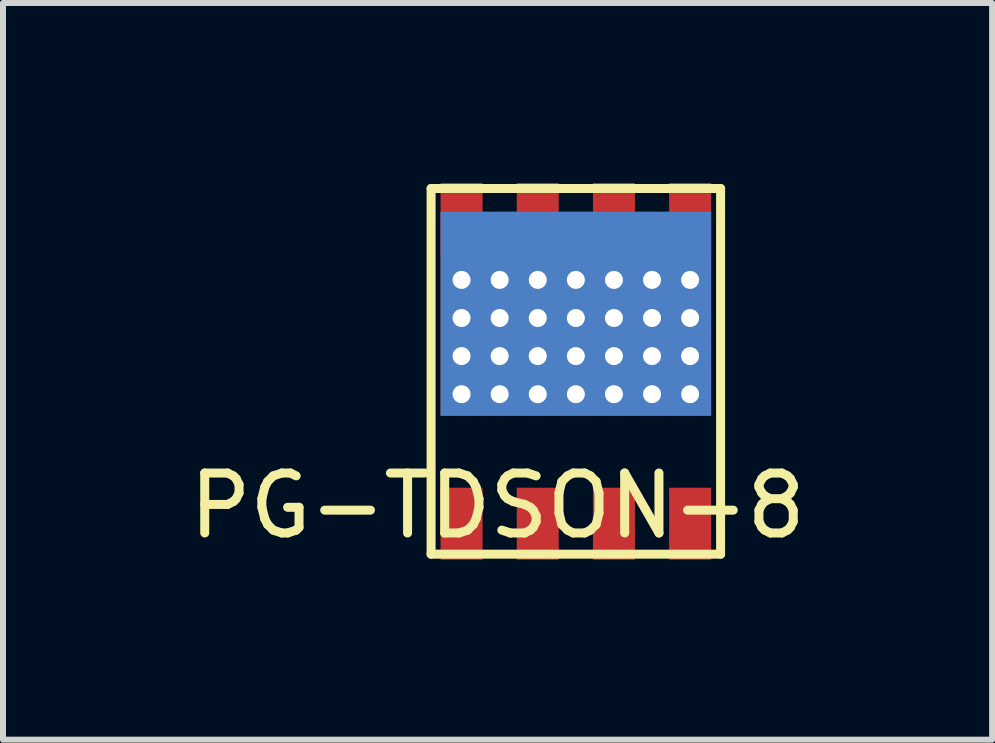
<source format=kicad_pcb>
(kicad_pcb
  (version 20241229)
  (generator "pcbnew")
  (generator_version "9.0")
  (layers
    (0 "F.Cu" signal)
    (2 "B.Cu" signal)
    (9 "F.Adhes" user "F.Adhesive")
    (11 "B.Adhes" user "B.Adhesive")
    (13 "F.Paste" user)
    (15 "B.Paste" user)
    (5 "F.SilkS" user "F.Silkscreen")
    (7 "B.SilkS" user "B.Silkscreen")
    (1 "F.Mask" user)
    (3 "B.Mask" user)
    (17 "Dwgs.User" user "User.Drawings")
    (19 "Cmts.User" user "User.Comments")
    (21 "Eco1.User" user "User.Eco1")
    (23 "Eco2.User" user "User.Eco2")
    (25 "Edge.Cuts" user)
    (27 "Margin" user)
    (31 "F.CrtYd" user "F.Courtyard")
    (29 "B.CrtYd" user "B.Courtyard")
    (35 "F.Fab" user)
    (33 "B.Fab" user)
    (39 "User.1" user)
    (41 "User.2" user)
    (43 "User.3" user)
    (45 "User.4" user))
  (footprint "PG-TDSON-8"
    (placed yes)
    (layer "F.Cu")
    (at 4.644 5.68)
    (property "Reference" "PG-TDSON-8" (at 0.6 -0.3 0) (layer "F.SilkS") (effects (font (size 1 1) (thickness 0.15))))
    (attr through_hole)
    (fp_line (start -0.508 -5.588) (end -0.508 0.508) (stroke (width 0.15) (type solid)) (layer "F.SilkS"))
    (fp_line (start -0.508 0.508) (end 4.318 0.508) (stroke (width 0.15) (type solid)) (layer "F.SilkS"))
    (fp_line (start 4.318 -5.588) (end -0.508 -5.588) (stroke (width 0.15) (type solid)) (layer "F.SilkS"))
    (fp_line (start 4.318 0.508) (end 4.318 -5.588) (stroke (width 0.15) (type solid)) (layer "F.SilkS"))
    (pad "1" smd rect (at 0 0) (size 0.7 1.2) (layers "F.Cu" "F.Mask" "F.Paste"))
    (pad "2" smd rect (at 1.27 0) (size 0.7 1.2) (layers "F.Cu" "F.Mask" "F.Paste"))
    (pad "3" smd rect (at 2.54 0) (size 0.7 1.2) (layers "F.Cu" "F.Mask" "F.Paste"))
    (pad "4" smd rect (at 3.81 0) (size 0.7 1.2) (layers "F.Cu" "F.Mask" "F.Paste"))
    (pad "5" thru_hole circle (at 0 -4.064) (size 0.5 0.5) (drill 0.3) (layers "*.Cu" "F.Mask"))
    (pad "5" thru_hole circle (at 0 -3.429) (size 0.5 0.5) (drill 0.3) (layers "*.Cu" "F.Mask"))
    (pad "5" thru_hole circle (at 0 -2.794) (size 0.5 0.5) (drill 0.3) (layers "*.Cu" "F.Mask"))
    (pad "5" thru_hole circle (at 0 -2.159) (size 0.5 0.5) (drill 0.3) (layers "*.Cu" "F.Mask"))
    (pad "5" thru_hole circle (at 0.635 -4.064) (size 0.5 0.5) (drill 0.3) (layers "*.Cu" "F.Mask"))
    (pad "5" thru_hole circle (at 0.635 -3.429) (size 0.5 0.5) (drill 0.3) (layers "*.Cu" "F.Mask"))
    (pad "5" thru_hole circle (at 0.635 -2.794) (size 0.5 0.5) (drill 0.3) (layers "*.Cu" "F.Mask"))
    (pad "5" thru_hole circle (at 0.635 -2.159) (size 0.5 0.5) (drill 0.3) (layers "*.Cu" "F.Mask"))
    (pad "5" thru_hole circle (at 1.27 -4.064) (size 0.5 0.5) (drill 0.3) (layers "*.Cu" "F.Mask"))
    (pad "5" thru_hole circle (at 1.27 -3.429) (size 0.5 0.5) (drill 0.3) (layers "*.Cu" "F.Mask"))
    (pad "5" thru_hole circle (at 1.27 -2.794) (size 0.5 0.5) (drill 0.3) (layers "*.Cu" "F.Mask"))
    (pad "5" thru_hole circle (at 1.27 -2.159) (size 0.5 0.5) (drill 0.3) (layers "*.Cu" "F.Mask"))
    (pad "5" thru_hole circle (at 1.905 -4.064) (size 0.5 0.5) (drill 0.3) (layers "*.Cu" "F.Mask"))
    (pad "5" smd rect (at 1.905 -3.5) (size 4.51 3.4) (layers "F.Cu" "F.Mask" "F.Paste"))
    (pad "5" smd rect (at 1.905 -3.5) (size 4.51 3.4) (layers "F.Mask" "B.Cu" "B.Paste"))
    (pad "5" thru_hole circle (at 1.905 -3.429) (size 0.5 0.5) (drill 0.3) (layers "*.Cu" "F.Mask"))
    (pad "5" thru_hole circle (at 1.905 -2.794) (size 0.5 0.5) (drill 0.3) (layers "*.Cu" "F.Mask"))
    (pad "5" thru_hole circle (at 1.905 -2.159) (size 0.5 0.5) (drill 0.3) (layers "*.Cu" "F.Mask"))
    (pad "5" thru_hole circle (at 2.54 -4.064) (size 0.5 0.5) (drill 0.3) (layers "*.Cu" "F.Mask"))
    (pad "5" thru_hole circle (at 2.54 -3.429) (size 0.5 0.5) (drill 0.3) (layers "*.Cu" "F.Mask"))
    (pad "5" thru_hole circle (at 2.54 -2.794) (size 0.5 0.5) (drill 0.3) (layers "*.Cu" "F.Mask"))
    (pad "5" thru_hole circle (at 2.54 -2.159) (size 0.5 0.5) (drill 0.3) (layers "*.Cu" "F.Mask"))
    (pad "5" thru_hole circle (at 3.175 -4.064) (size 0.5 0.5) (drill 0.3) (layers "*.Cu" "F.Mask"))
    (pad "5" thru_hole circle (at 3.175 -3.429) (size 0.5 0.5) (drill 0.3) (layers "*.Cu" "F.Mask"))
    (pad "5" thru_hole circle (at 3.175 -2.794) (size 0.5 0.5) (drill 0.3) (layers "*.Cu" "F.Mask"))
    (pad "5" thru_hole circle (at 3.175 -2.159) (size 0.5 0.5) (drill 0.3) (layers "*.Cu" "F.Mask"))
    (pad "5" smd rect (at 3.81 -5.08) (size 0.7 1.2) (layers "F.Cu" "F.Mask" "F.Paste"))
    (pad "5" thru_hole circle (at 3.81 -4.064) (size 0.5 0.5) (drill 0.3) (layers "*.Cu" "F.Mask"))
    (pad "5" thru_hole circle (at 3.81 -3.429) (size 0.5 0.5) (drill 0.3) (layers "*.Cu" "F.Mask"))
    (pad "5" thru_hole circle (at 3.81 -2.794) (size 0.5 0.5) (drill 0.3) (layers "*.Cu" "F.Mask"))
    (pad "5" thru_hole circle (at 3.81 -2.159) (size 0.5 0.5) (drill 0.3) (layers "*.Cu" "F.Mask"))
    (pad "6" smd rect (at 2.54 -5.08) (size 0.7 1.2) (layers "F.Cu" "F.Mask" "F.Paste"))
    (pad "7" smd rect (at 1.27 -5.08) (size 0.7 1.2) (layers "F.Cu" "F.Mask" "F.Paste"))
    (pad "8" smd rect (at 0 -5.08) (size 0.7 1.2) (layers "F.Cu" "F.Mask" "F.Paste")))
  (gr_rect
    (start -3 -3)
    (end 13.488 9.28)
    (stroke (width 0.1) (type default))
    (fill no)
    (layer "Edge.Cuts")))
</source>
